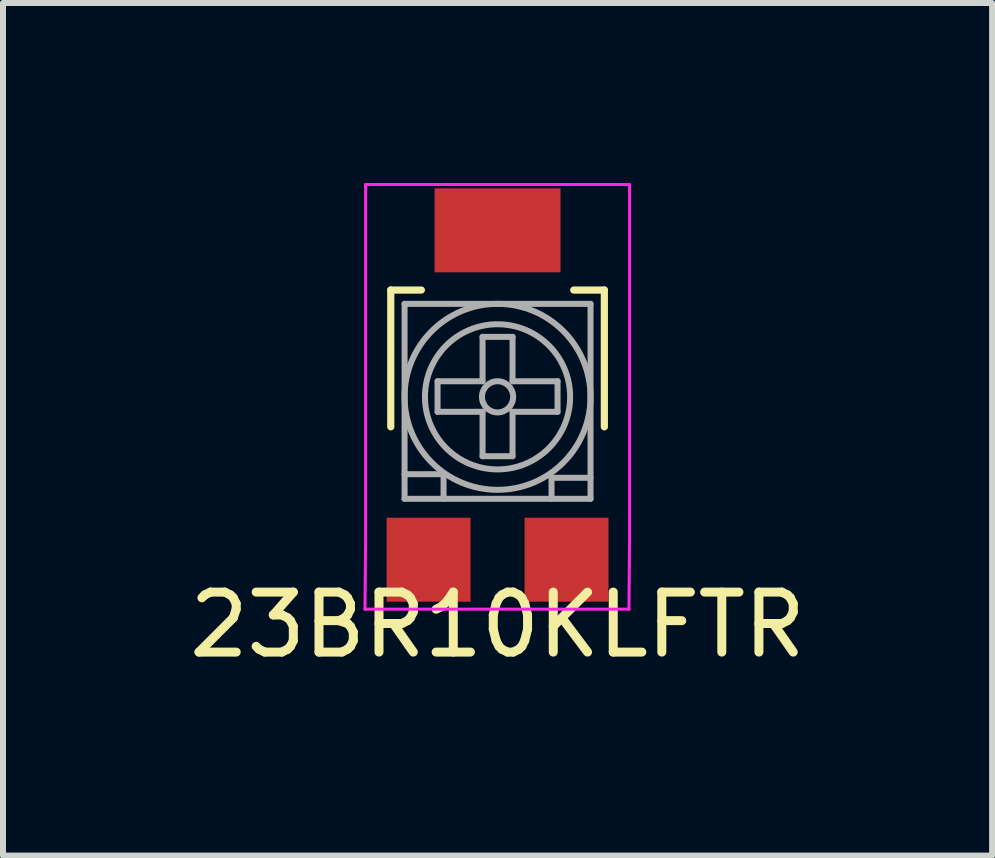
<source format=kicad_pcb>
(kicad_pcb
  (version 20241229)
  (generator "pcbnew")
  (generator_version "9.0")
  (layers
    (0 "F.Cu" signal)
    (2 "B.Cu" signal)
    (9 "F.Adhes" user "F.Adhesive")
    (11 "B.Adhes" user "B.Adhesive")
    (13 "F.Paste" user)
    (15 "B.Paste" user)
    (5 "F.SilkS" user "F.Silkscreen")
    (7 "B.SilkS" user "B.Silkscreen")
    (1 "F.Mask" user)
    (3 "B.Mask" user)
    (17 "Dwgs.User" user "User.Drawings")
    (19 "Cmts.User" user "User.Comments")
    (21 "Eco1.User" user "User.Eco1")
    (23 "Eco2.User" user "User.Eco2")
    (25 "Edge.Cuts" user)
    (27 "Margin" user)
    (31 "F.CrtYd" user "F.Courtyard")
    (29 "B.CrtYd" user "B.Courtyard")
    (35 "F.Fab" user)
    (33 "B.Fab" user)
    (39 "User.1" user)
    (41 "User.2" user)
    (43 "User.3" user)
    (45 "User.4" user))
  (footprint "23BR10KLFTR"
    (layer "F.Cu")
    (at 5.244 3.535)
    (property "Reference" "23BR10KLFTR" (at 0 3.83 0) (layer "F.SilkS") (effects (font (size 1 1) (thickness 0.15))))
    (attr smd)
    (fp_line (start -1.78 -1.75) (end -1.27 -1.75) (stroke (width 0.12) (type solid)) (layer "F.SilkS"))
    (fp_line (start -1.78 0.53) (end -1.78 -1.75) (stroke (width 0.12) (type solid)) (layer "F.SilkS"))
    (fp_line (start 1.27 -1.75) (end 1.78 -1.75) (stroke (width 0.12) (type solid)) (layer "F.SilkS"))
    (fp_line (start 1.78 -1.75) (end 1.78 0.53) (stroke (width 0.12) (type solid)) (layer "F.SilkS"))
    (fp_line (start -2.2 -3.51) (end 2.2 -3.51) (stroke (width 0.05) (type solid)) (layer "F.CrtYd"))
    (fp_line (start -2.2 -2.6) (end -2.2 -3.51) (stroke (width 0.05) (type solid)) (layer "F.CrtYd"))
    (fp_line (start -2.2 2.45) (end -2.21 3.57) (stroke (width 0.05) (type solid)) (layer "F.CrtYd"))
    (fp_line (start -2.2 2.45) (end -2.2 -2.6) (stroke (width 0.05) (type solid)) (layer "F.CrtYd"))
    (fp_line (start 2.19 3.57) (end -2.21 3.57) (stroke (width 0.05) (type solid)) (layer "F.CrtYd"))
    (fp_line (start 2.19 3.57) (end 2.2 2.45) (stroke (width 0.05) (type solid)) (layer "F.CrtYd"))
    (fp_line (start 2.2 -2.6) (end 2.2 -3.51) (stroke (width 0.05) (type solid)) (layer "F.CrtYd"))
    (fp_line (start 2.2 -2.6) (end 2.2 2.45) (stroke (width 0.05) (type solid)) (layer "F.CrtYd"))
    (fp_line (start -1.55 -1.52) (end 1.55 -1.52) (stroke (width 0.1) (type solid)) (layer "F.Fab"))
    (fp_line (start -1.55 1.32) (end -0.9 1.32) (stroke (width 0.1) (type solid)) (layer "F.Fab"))
    (fp_line (start -1.55 1.73) (end -1.55 -1.52) (stroke (width 0.1) (type solid)) (layer "F.Fab"))
    (fp_line (start -1 -0.23) (end -0.25 -0.23) (stroke (width 0.1) (type solid)) (layer "F.Fab"))
    (fp_line (start -1 0.28) (end -1 -0.23) (stroke (width 0.1) (type solid)) (layer "F.Fab"))
    (fp_line (start -0.9 1.32) (end -0.9 1.73) (stroke (width 0.1) (type solid)) (layer "F.Fab"))
    (fp_line (start -0.25 -0.97) (end 0.25 -0.97) (stroke (width 0.1) (type solid)) (layer "F.Fab"))
    (fp_line (start -0.25 -0.23) (end -0.25 -0.97) (stroke (width 0.1) (type solid)) (layer "F.Fab"))
    (fp_line (start -0.25 0.28) (end -1 0.28) (stroke (width 0.1) (type solid)) (layer "F.Fab"))
    (fp_line (start -0.25 1.02) (end -0.25 0.28) (stroke (width 0.1) (type solid)) (layer "F.Fab"))
    (fp_line (start 0.25 -0.97) (end 0.25 -0.23) (stroke (width 0.1) (type solid)) (layer "F.Fab"))
    (fp_line (start 0.25 -0.23) (end 1 -0.23) (stroke (width 0.1) (type solid)) (layer "F.Fab"))
    (fp_line (start 0.25 0.28) (end 0.25 1.02) (stroke (width 0.1) (type solid)) (layer "F.Fab"))
    (fp_line (start 0.25 1.02) (end -0.25 1.02) (stroke (width 0.1) (type solid)) (layer "F.Fab"))
    (fp_line (start 0.9 1.38) (end 0.9 1.73) (stroke (width 0.1) (type solid)) (layer "F.Fab"))
    (fp_line (start 1 -0.23) (end 1 0.28) (stroke (width 0.1) (type solid)) (layer "F.Fab"))
    (fp_line (start 1 0.28) (end 0.25 0.28) (stroke (width 0.1) (type solid)) (layer "F.Fab"))
    (fp_line (start 1.55 -1.52) (end 1.55 1.73) (stroke (width 0.1) (type solid)) (layer "F.Fab"))
    (fp_line (start 1.55 1.38) (end 0.9 1.38) (stroke (width 0.1) (type solid)) (layer "F.Fab"))
    (fp_line (start 1.55 1.73) (end -1.55 1.73) (stroke (width 0.1) (type solid)) (layer "F.Fab"))
    (fp_circle (center 0 0.03) (end 0 -1.52) (stroke (width 0.1) (type solid)) (fill no) (layer "F.Fab"))
    (fp_circle (center 0 0.03) (end 0 -1.18) (stroke (width 0.1) (type solid)) (fill no) (layer "F.Fab"))
    (fp_circle (center 0 0.03) (end 0 -0.23) (stroke (width 0.1) (type solid)) (fill no) (layer "F.Fab"))
    (pad "1" smd rect (at -1.15 2.745) (size 1.4 1.4) (layers "F.Cu" "F.Mask" "F.Paste"))
    (pad "2" smd rect (at 0 -2.745) (size 2.1 1.4) (layers "F.Cu" "F.Mask" "F.Paste"))
    (pad "3" smd rect (at 1.15 2.745) (size 1.4 1.4) (layers "F.Cu" "F.Mask" "F.Paste")))
  (gr_rect
    (start -3 -3)
    (end 13.488 11.213)
    (stroke (width 0.1) (type default))
    (fill no)
    (layer "Edge.Cuts")))
</source>
